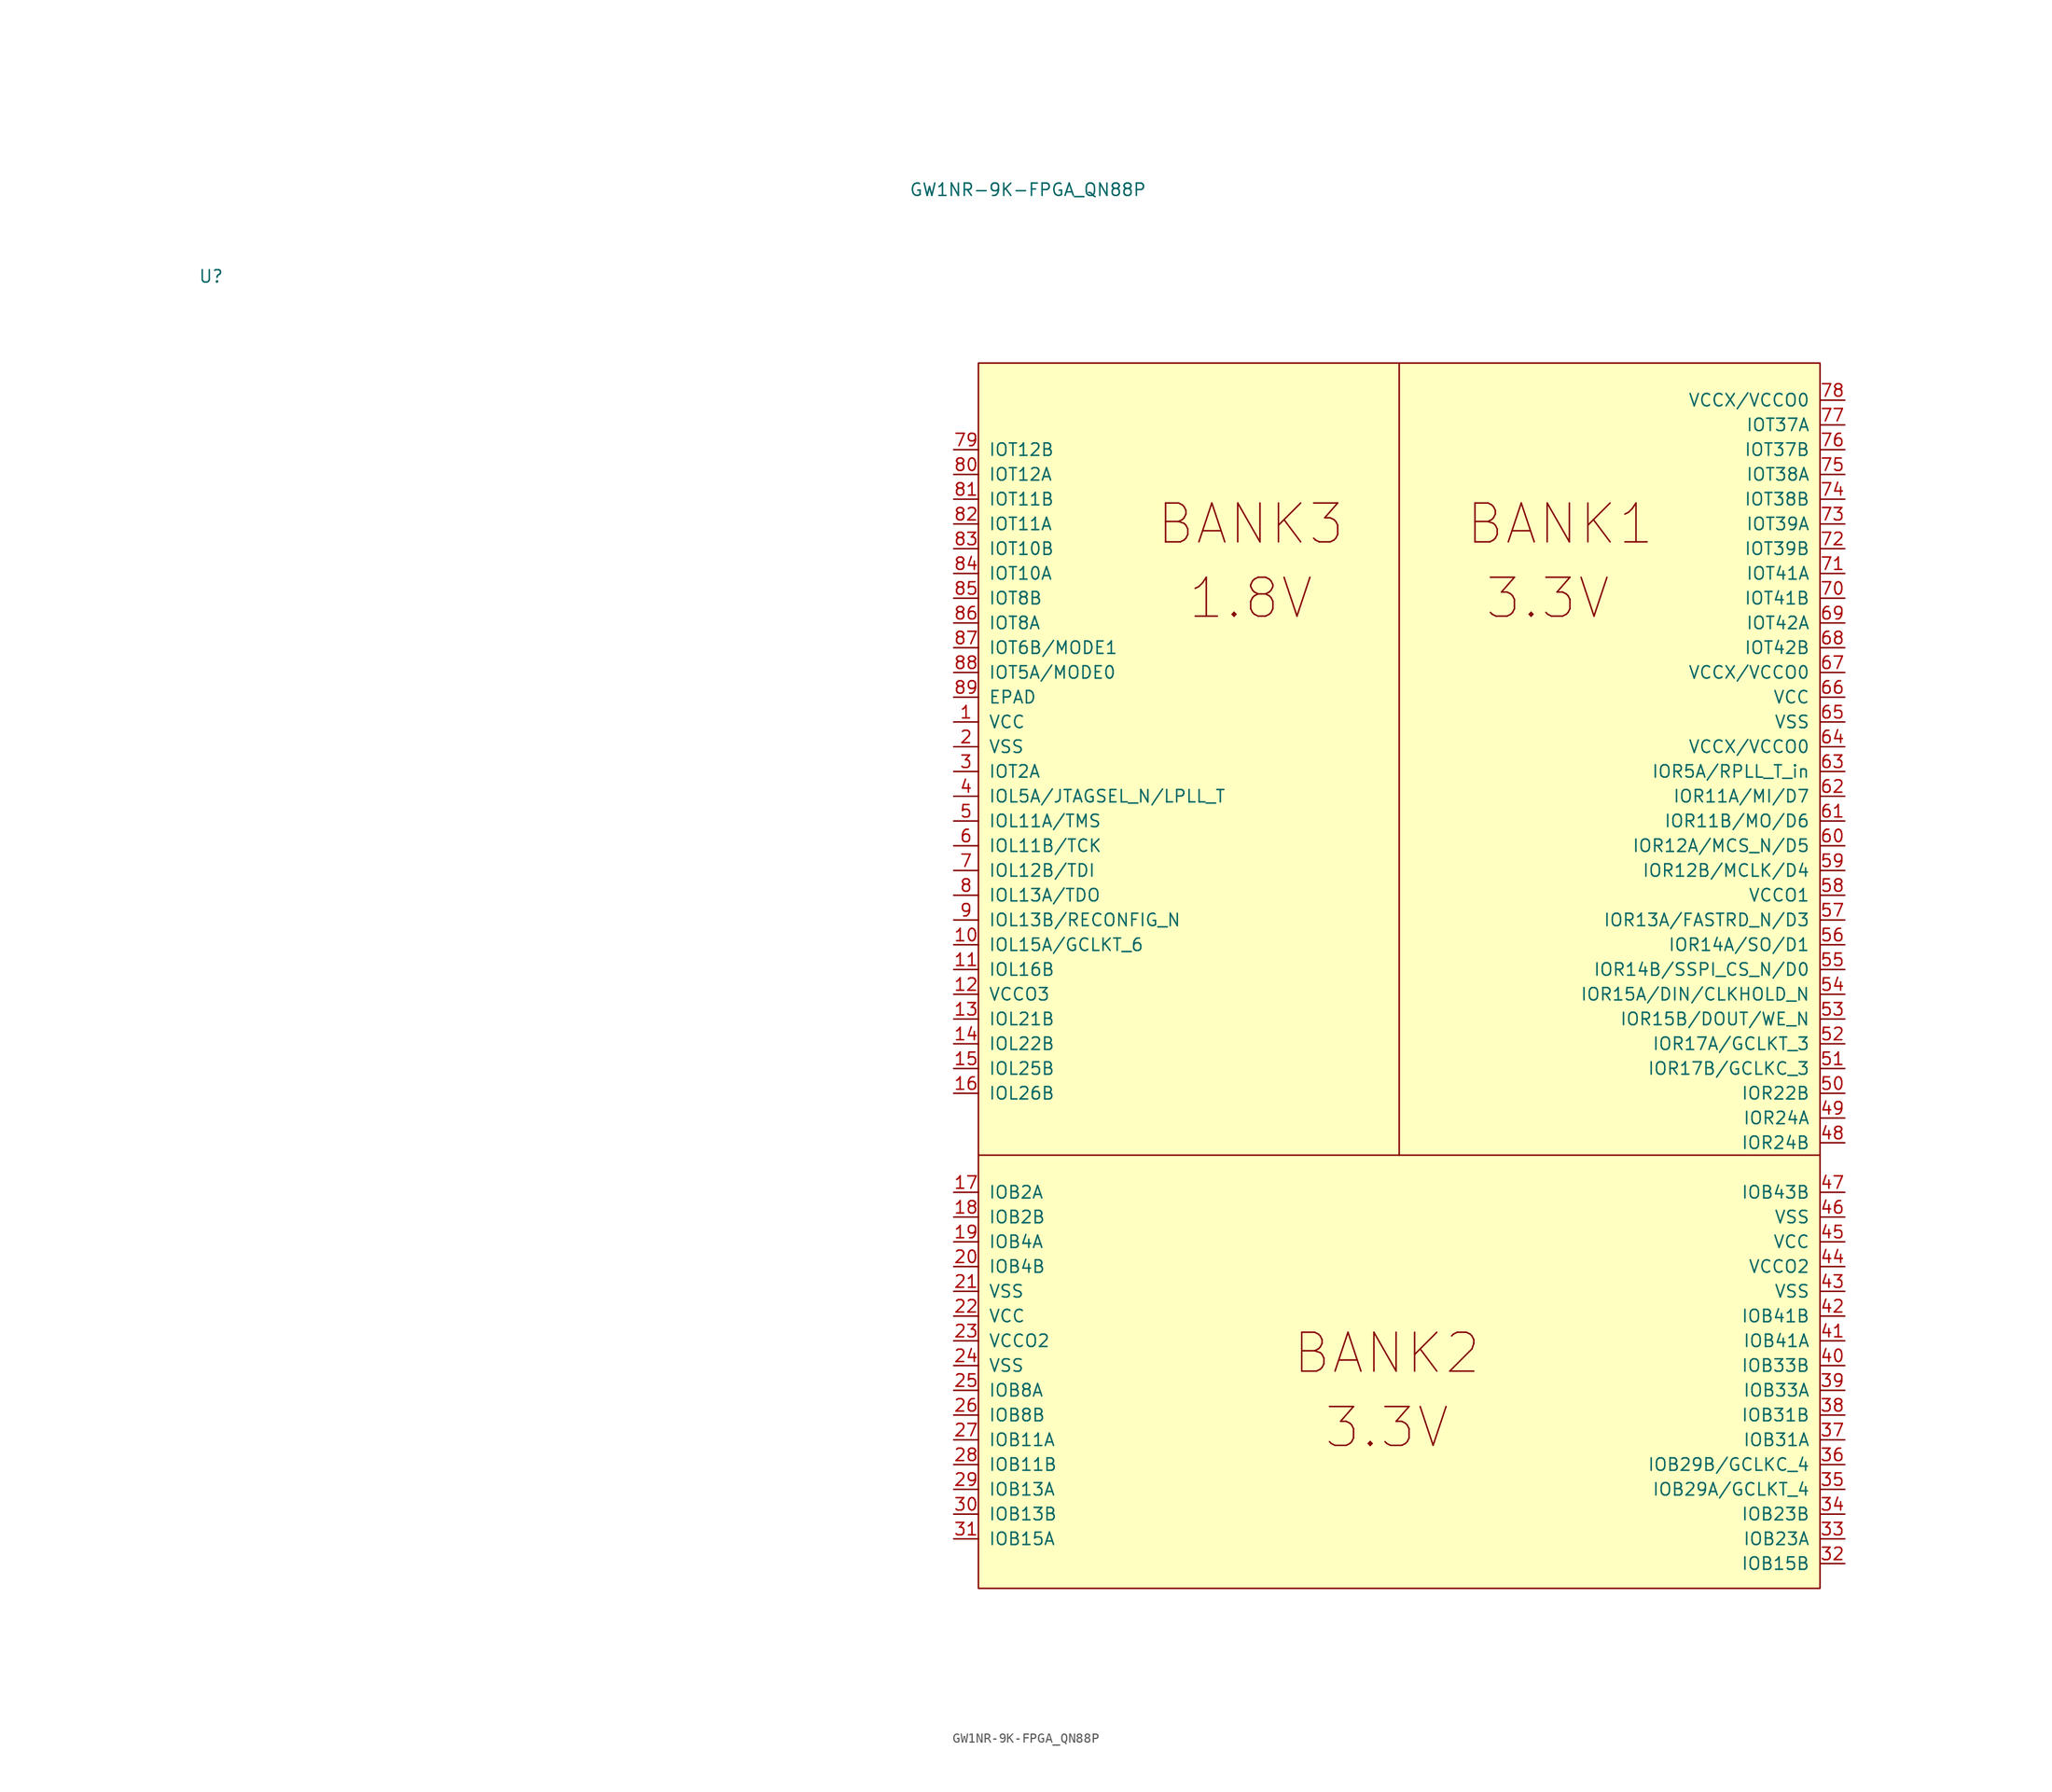
<source format=kicad_sym>
(kicad_symbol_lib
  (version 20211014)
  (generator kicad_symbol_editor)
  (symbol "GW1NR-9K-FPGA_QN88P"
    (pin_names
      (offset 1.016))
    (property "Reference" "U"
      (at 0 0 0)
      (effects (font (size 1.27 1.27))))
    (property "Value" "GW1NR-9K-FPGA_QN88P"
      (at 83.82 8.89 0)
      (effects (font (size 1.27 1.27))))
    (symbol "GW1NR-9K-FPGA_QN88P_0_1"
      (polyline (pts (xy 78.74 -90.17) (xy 165.1 -90.17)) (stroke (width 0.152) (type default) (color 0 0 0 0)) (fill (type none)))
      (polyline (pts (xy 121.92 -90.17) (xy 121.92 -8.89)) (stroke (width 0.152) (type default) (color 0 0 0 0)) (fill (type none))))
    (symbol "GW1NR-9K-FPGA_QN88P_1_1"
      (rectangle (start 78.74 -8.89) (end 165.1 -134.62) (stroke (width 0) (type default) (color 0 0 0 0)) (fill (type background)))
      (text "1.8V" (at 106.68 -33.02 0) (effects (font (size 3.988 3.988))))
      (text "3.3V" (at 120.65 -118.11 0) (effects (font (size 3.988 3.988))))
      (text "3.3V" (at 137.16 -33.02 0) (effects (font (size 3.988 3.988))))
      (text "BANK1" (at 138.43 -25.4 0) (effects (font (size 3.988 3.988))))
      (text "BANK2" (at 120.65 -110.49 0) (effects (font (size 3.988 3.988))))
      (text "BANK3" (at 106.68 -25.4 0) (effects (font (size 3.988 3.988))))
      (pin bidirectional line (at 76.2 -45.72 0) (length 2.54) (name "VCC" (effects (font (size 1.27 1.27)))) (number "1" (effects (font (size 1.27 1.27)))))
      (pin bidirectional line (at 76.2 -68.58 0) (length 2.54) (name "IOL15A/GCLKT_6" (effects (font (size 1.27 1.27)))) (number "10" (effects (font (size 1.27 1.27)))))
      (pin bidirectional line (at 76.2 -71.12 0) (length 2.54) (name "IOL16B" (effects (font (size 1.27 1.27)))) (number "11" (effects (font (size 1.27 1.27)))))
      (pin bidirectional line (at 76.2 -73.66 0) (length 2.54) (name "VCCO3" (effects (font (size 1.27 1.27)))) (number "12" (effects (font (size 1.27 1.27)))))
      (pin bidirectional line (at 76.2 -76.2 0) (length 2.54) (name "IOL21B" (effects (font (size 1.27 1.27)))) (number "13" (effects (font (size 1.27 1.27)))))
      (pin bidirectional line (at 76.2 -78.74 0) (length 2.54) (name "IOL22B" (effects (font (size 1.27 1.27)))) (number "14" (effects (font (size 1.27 1.27)))))
      (pin bidirectional line (at 76.2 -81.28 0) (length 2.54) (name "IOL25B" (effects (font (size 1.27 1.27)))) (number "15" (effects (font (size 1.27 1.27)))))
      (pin bidirectional line (at 76.2 -83.82 0) (length 2.54) (name "IOL26B" (effects (font (size 1.27 1.27)))) (number "16" (effects (font (size 1.27 1.27)))))
      (pin bidirectional line (at 76.2 -93.98 0) (length 2.54) (name "IOB2A" (effects (font (size 1.27 1.27)))) (number "17" (effects (font (size 1.27 1.27)))))
      (pin bidirectional line (at 76.2 -96.52 0) (length 2.54) (name "IOB2B" (effects (font (size 1.27 1.27)))) (number "18" (effects (font (size 1.27 1.27)))))
      (pin bidirectional line (at 76.2 -99.06 0) (length 2.54) (name "IOB4A" (effects (font (size 1.27 1.27)))) (number "19" (effects (font (size 1.27 1.27)))))
      (pin bidirectional line (at 76.2 -48.26 0) (length 2.54) (name "VSS" (effects (font (size 1.27 1.27)))) (number "2" (effects (font (size 1.27 1.27)))))
      (pin bidirectional line (at 76.2 -101.6 0) (length 2.54) (name "IOB4B" (effects (font (size 1.27 1.27)))) (number "20" (effects (font (size 1.27 1.27)))))
      (pin bidirectional line (at 76.2 -104.14 0) (length 2.54) (name "VSS" (effects (font (size 1.27 1.27)))) (number "21" (effects (font (size 1.27 1.27)))))
      (pin bidirectional line (at 76.2 -106.68 0) (length 2.54) (name "VCC" (effects (font (size 1.27 1.27)))) (number "22" (effects (font (size 1.27 1.27)))))
      (pin bidirectional line (at 76.2 -109.22 0) (length 2.54) (name "VCCO2" (effects (font (size 1.27 1.27)))) (number "23" (effects (font (size 1.27 1.27)))))
      (pin bidirectional line (at 76.2 -111.76 0) (length 2.54) (name "VSS" (effects (font (size 1.27 1.27)))) (number "24" (effects (font (size 1.27 1.27)))))
      (pin bidirectional line (at 76.2 -114.3 0) (length 2.54) (name "IOB8A" (effects (font (size 1.27 1.27)))) (number "25" (effects (font (size 1.27 1.27)))))
      (pin bidirectional line (at 76.2 -116.84 0) (length 2.54) (name "IOB8B" (effects (font (size 1.27 1.27)))) (number "26" (effects (font (size 1.27 1.27)))))
      (pin bidirectional line (at 76.2 -119.38 0) (length 2.54) (name "IOB11A" (effects (font (size 1.27 1.27)))) (number "27" (effects (font (size 1.27 1.27)))))
      (pin bidirectional line (at 76.2 -121.92 0) (length 2.54) (name "IOB11B" (effects (font (size 1.27 1.27)))) (number "28" (effects (font (size 1.27 1.27)))))
      (pin bidirectional line (at 76.2 -124.46 0) (length 2.54) (name "IOB13A" (effects (font (size 1.27 1.27)))) (number "29" (effects (font (size 1.27 1.27)))))
      (pin bidirectional line (at 76.2 -50.8 0) (length 2.54) (name "IOT2A" (effects (font (size 1.27 1.27)))) (number "3" (effects (font (size 1.27 1.27)))))
      (pin bidirectional line (at 76.2 -127 0) (length 2.54) (name "IOB13B" (effects (font (size 1.27 1.27)))) (number "30" (effects (font (size 1.27 1.27)))))
      (pin bidirectional line (at 76.2 -129.54 0) (length 2.54) (name "IOB15A" (effects (font (size 1.27 1.27)))) (number "31" (effects (font (size 1.27 1.27)))))
      (pin bidirectional line (at 167.64 -132.08 180) (length 2.54) (name "IOB15B" (effects (font (size 1.27 1.27)))) (number "32" (effects (font (size 1.27 1.27)))))
      (pin bidirectional line (at 167.64 -129.54 180) (length 2.54) (name "IOB23A" (effects (font (size 1.27 1.27)))) (number "33" (effects (font (size 1.27 1.27)))))
      (pin bidirectional line (at 167.64 -127 180) (length 2.54) (name "IOB23B" (effects (font (size 1.27 1.27)))) (number "34" (effects (font (size 1.27 1.27)))))
      (pin bidirectional line (at 167.64 -124.46 180) (length 2.54) (name "IOB29A/GCLKT_4" (effects (font (size 1.27 1.27)))) (number "35" (effects (font (size 1.27 1.27)))))
      (pin bidirectional line (at 167.64 -121.92 180) (length 2.54) (name "IOB29B/GCLKC_4" (effects (font (size 1.27 1.27)))) (number "36" (effects (font (size 1.27 1.27)))))
      (pin bidirectional line (at 167.64 -119.38 180) (length 2.54) (name "IOB31A" (effects (font (size 1.27 1.27)))) (number "37" (effects (font (size 1.27 1.27)))))
      (pin bidirectional line (at 167.64 -116.84 180) (length 2.54) (name "IOB31B" (effects (font (size 1.27 1.27)))) (number "38" (effects (font (size 1.27 1.27)))))
      (pin bidirectional line (at 167.64 -114.3 180) (length 2.54) (name "IOB33A" (effects (font (size 1.27 1.27)))) (number "39" (effects (font (size 1.27 1.27)))))
      (pin bidirectional line (at 76.2 -53.34 0) (length 2.54) (name "IOL5A/JTAGSEL_N/LPLL_T" (effects (font (size 1.27 1.27)))) (number "4" (effects (font (size 1.27 1.27)))))
      (pin bidirectional line (at 167.64 -111.76 180) (length 2.54) (name "IOB33B" (effects (font (size 1.27 1.27)))) (number "40" (effects (font (size 1.27 1.27)))))
      (pin bidirectional line (at 167.64 -109.22 180) (length 2.54) (name "IOB41A" (effects (font (size 1.27 1.27)))) (number "41" (effects (font (size 1.27 1.27)))))
      (pin bidirectional line (at 167.64 -106.68 180) (length 2.54) (name "IOB41B" (effects (font (size 1.27 1.27)))) (number "42" (effects (font (size 1.27 1.27)))))
      (pin bidirectional line (at 167.64 -104.14 180) (length 2.54) (name "VSS" (effects (font (size 1.27 1.27)))) (number "43" (effects (font (size 1.27 1.27)))))
      (pin bidirectional line (at 167.64 -101.6 180) (length 2.54) (name "VCCO2" (effects (font (size 1.27 1.27)))) (number "44" (effects (font (size 1.27 1.27)))))
      (pin bidirectional line (at 167.64 -99.06 180) (length 2.54) (name "VCC" (effects (font (size 1.27 1.27)))) (number "45" (effects (font (size 1.27 1.27)))))
      (pin bidirectional line (at 167.64 -96.52 180) (length 2.54) (name "VSS" (effects (font (size 1.27 1.27)))) (number "46" (effects (font (size 1.27 1.27)))))
      (pin bidirectional line (at 167.64 -93.98 180) (length 2.54) (name "IOB43B" (effects (font (size 1.27 1.27)))) (number "47" (effects (font (size 1.27 1.27)))))
      (pin bidirectional line (at 167.64 -88.9 180) (length 2.54) (name "IOR24B" (effects (font (size 1.27 1.27)))) (number "48" (effects (font (size 1.27 1.27)))))
      (pin bidirectional line (at 167.64 -86.36 180) (length 2.54) (name "IOR24A" (effects (font (size 1.27 1.27)))) (number "49" (effects (font (size 1.27 1.27)))))
      (pin bidirectional line (at 76.2 -55.88 0) (length 2.54) (name "IOL11A/TMS" (effects (font (size 1.27 1.27)))) (number "5" (effects (font (size 1.27 1.27)))))
      (pin bidirectional line (at 167.64 -83.82 180) (length 2.54) (name "IOR22B" (effects (font (size 1.27 1.27)))) (number "50" (effects (font (size 1.27 1.27)))))
      (pin bidirectional line (at 167.64 -81.28 180) (length 2.54) (name "IOR17B/GCLKC_3" (effects (font (size 1.27 1.27)))) (number "51" (effects (font (size 1.27 1.27)))))
      (pin bidirectional line (at 167.64 -78.74 180) (length 2.54) (name "IOR17A/GCLKT_3" (effects (font (size 1.27 1.27)))) (number "52" (effects (font (size 1.27 1.27)))))
      (pin bidirectional line (at 167.64 -76.2 180) (length 2.54) (name "IOR15B/DOUT/WE_N" (effects (font (size 1.27 1.27)))) (number "53" (effects (font (size 1.27 1.27)))))
      (pin bidirectional line (at 167.64 -73.66 180) (length 2.54) (name "IOR15A/DIN/CLKHOLD_N" (effects (font (size 1.27 1.27)))) (number "54" (effects (font (size 1.27 1.27)))))
      (pin bidirectional line (at 167.64 -71.12 180) (length 2.54) (name "IOR14B/SSPI_CS_N/D0" (effects (font (size 1.27 1.27)))) (number "55" (effects (font (size 1.27 1.27)))))
      (pin bidirectional line (at 167.64 -68.58 180) (length 2.54) (name "IOR14A/SO/D1" (effects (font (size 1.27 1.27)))) (number "56" (effects (font (size 1.27 1.27)))))
      (pin bidirectional line (at 167.64 -66.04 180) (length 2.54) (name "IOR13A/FASTRD_N/D3" (effects (font (size 1.27 1.27)))) (number "57" (effects (font (size 1.27 1.27)))))
      (pin bidirectional line (at 167.64 -63.5 180) (length 2.54) (name "VCCO1" (effects (font (size 1.27 1.27)))) (number "58" (effects (font (size 1.27 1.27)))))
      (pin bidirectional line (at 167.64 -60.96 180) (length 2.54) (name "IOR12B/MCLK/D4" (effects (font (size 1.27 1.27)))) (number "59" (effects (font (size 1.27 1.27)))))
      (pin bidirectional line (at 76.2 -58.42 0) (length 2.54) (name "IOL11B/TCK" (effects (font (size 1.27 1.27)))) (number "6" (effects (font (size 1.27 1.27)))))
      (pin bidirectional line (at 167.64 -58.42 180) (length 2.54) (name "IOR12A/MCS_N/D5" (effects (font (size 1.27 1.27)))) (number "60" (effects (font (size 1.27 1.27)))))
      (pin bidirectional line (at 167.64 -55.88 180) (length 2.54) (name "IOR11B/MO/D6" (effects (font (size 1.27 1.27)))) (number "61" (effects (font (size 1.27 1.27)))))
      (pin bidirectional line (at 167.64 -53.34 180) (length 2.54) (name "IOR11A/MI/D7" (effects (font (size 1.27 1.27)))) (number "62" (effects (font (size 1.27 1.27)))))
      (pin bidirectional line (at 167.64 -50.8 180) (length 2.54) (name "IOR5A/RPLL_T_in" (effects (font (size 1.27 1.27)))) (number "63" (effects (font (size 1.27 1.27)))))
      (pin bidirectional line (at 167.64 -48.26 180) (length 2.54) (name "VCCX/VCCO0" (effects (font (size 1.27 1.27)))) (number "64" (effects (font (size 1.27 1.27)))))
      (pin bidirectional line (at 167.64 -45.72 180) (length 2.54) (name "VSS" (effects (font (size 1.27 1.27)))) (number "65" (effects (font (size 1.27 1.27)))))
      (pin bidirectional line (at 167.64 -43.18 180) (length 2.54) (name "VCC" (effects (font (size 1.27 1.27)))) (number "66" (effects (font (size 1.27 1.27)))))
      (pin bidirectional line (at 167.64 -40.64 180) (length 2.54) (name "VCCX/VCCO0" (effects (font (size 1.27 1.27)))) (number "67" (effects (font (size 1.27 1.27)))))
      (pin bidirectional line (at 167.64 -38.1 180) (length 2.54) (name "IOT42B" (effects (font (size 1.27 1.27)))) (number "68" (effects (font (size 1.27 1.27)))))
      (pin bidirectional line (at 167.64 -35.56 180) (length 2.54) (name "IOT42A" (effects (font (size 1.27 1.27)))) (number "69" (effects (font (size 1.27 1.27)))))
      (pin bidirectional line (at 76.2 -60.96 0) (length 2.54) (name "IOL12B/TDI" (effects (font (size 1.27 1.27)))) (number "7" (effects (font (size 1.27 1.27)))))
      (pin bidirectional line (at 167.64 -33.02 180) (length 2.54) (name "IOT41B" (effects (font (size 1.27 1.27)))) (number "70" (effects (font (size 1.27 1.27)))))
      (pin bidirectional line (at 167.64 -30.48 180) (length 2.54) (name "IOT41A" (effects (font (size 1.27 1.27)))) (number "71" (effects (font (size 1.27 1.27)))))
      (pin bidirectional line (at 167.64 -27.94 180) (length 2.54) (name "IOT39B" (effects (font (size 1.27 1.27)))) (number "72" (effects (font (size 1.27 1.27)))))
      (pin bidirectional line (at 167.64 -25.4 180) (length 2.54) (name "IOT39A" (effects (font (size 1.27 1.27)))) (number "73" (effects (font (size 1.27 1.27)))))
      (pin bidirectional line (at 167.64 -22.86 180) (length 2.54) (name "IOT38B" (effects (font (size 1.27 1.27)))) (number "74" (effects (font (size 1.27 1.27)))))
      (pin bidirectional line (at 167.64 -20.32 180) (length 2.54) (name "IOT38A" (effects (font (size 1.27 1.27)))) (number "75" (effects (font (size 1.27 1.27)))))
      (pin bidirectional line (at 167.64 -17.78 180) (length 2.54) (name "IOT37B" (effects (font (size 1.27 1.27)))) (number "76" (effects (font (size 1.27 1.27)))))
      (pin bidirectional line (at 167.64 -15.24 180) (length 2.54) (name "IOT37A" (effects (font (size 1.27 1.27)))) (number "77" (effects (font (size 1.27 1.27)))))
      (pin bidirectional line (at 167.64 -12.7 180) (length 2.54) (name "VCCX/VCCO0" (effects (font (size 1.27 1.27)))) (number "78" (effects (font (size 1.27 1.27)))))
      (pin bidirectional line (at 76.2 -17.78 0) (length 2.54) (name "IOT12B" (effects (font (size 1.27 1.27)))) (number "79" (effects (font (size 1.27 1.27)))))
      (pin bidirectional line (at 76.2 -63.5 0) (length 2.54) (name "IOL13A/TDO" (effects (font (size 1.27 1.27)))) (number "8" (effects (font (size 1.27 1.27)))))
      (pin bidirectional line (at 76.2 -20.32 0) (length 2.54) (name "IOT12A" (effects (font (size 1.27 1.27)))) (number "80" (effects (font (size 1.27 1.27)))))
      (pin bidirectional line (at 76.2 -22.86 0) (length 2.54) (name "IOT11B" (effects (font (size 1.27 1.27)))) (number "81" (effects (font (size 1.27 1.27)))))
      (pin bidirectional line (at 76.2 -25.4 0) (length 2.54) (name "IOT11A" (effects (font (size 1.27 1.27)))) (number "82" (effects (font (size 1.27 1.27)))))
      (pin bidirectional line (at 76.2 -27.94 0) (length 2.54) (name "IOT10B" (effects (font (size 1.27 1.27)))) (number "83" (effects (font (size 1.27 1.27)))))
      (pin bidirectional line (at 76.2 -30.48 0) (length 2.54) (name "IOT10A" (effects (font (size 1.27 1.27)))) (number "84" (effects (font (size 1.27 1.27)))))
      (pin bidirectional line (at 76.2 -33.02 0) (length 2.54) (name "IOT8B" (effects (font (size 1.27 1.27)))) (number "85" (effects (font (size 1.27 1.27)))))
      (pin bidirectional line (at 76.2 -35.56 0) (length 2.54) (name "IOT8A" (effects (font (size 1.27 1.27)))) (number "86" (effects (font (size 1.27 1.27)))))
      (pin bidirectional line (at 76.2 -38.1 0) (length 2.54) (name "IOT6B/MODE1" (effects (font (size 1.27 1.27)))) (number "87" (effects (font (size 1.27 1.27)))))
      (pin bidirectional line (at 76.2 -40.64 0) (length 2.54) (name "IOT5A/MODE0" (effects (font (size 1.27 1.27)))) (number "88" (effects (font (size 1.27 1.27)))))
      (pin passive line (at 76.2 -43.18 0) (length 2.54) (name "EPAD" (effects (font (size 1.27 1.27)))) (number "89" (effects (font (size 1.27 1.27)))))
      (pin bidirectional line (at 76.2 -66.04 0) (length 2.54) (name "IOL13B/RECONFIG_N" (effects (font (size 1.27 1.27)))) (number "9" (effects (font (size 1.27 1.27))))))))
</source>
